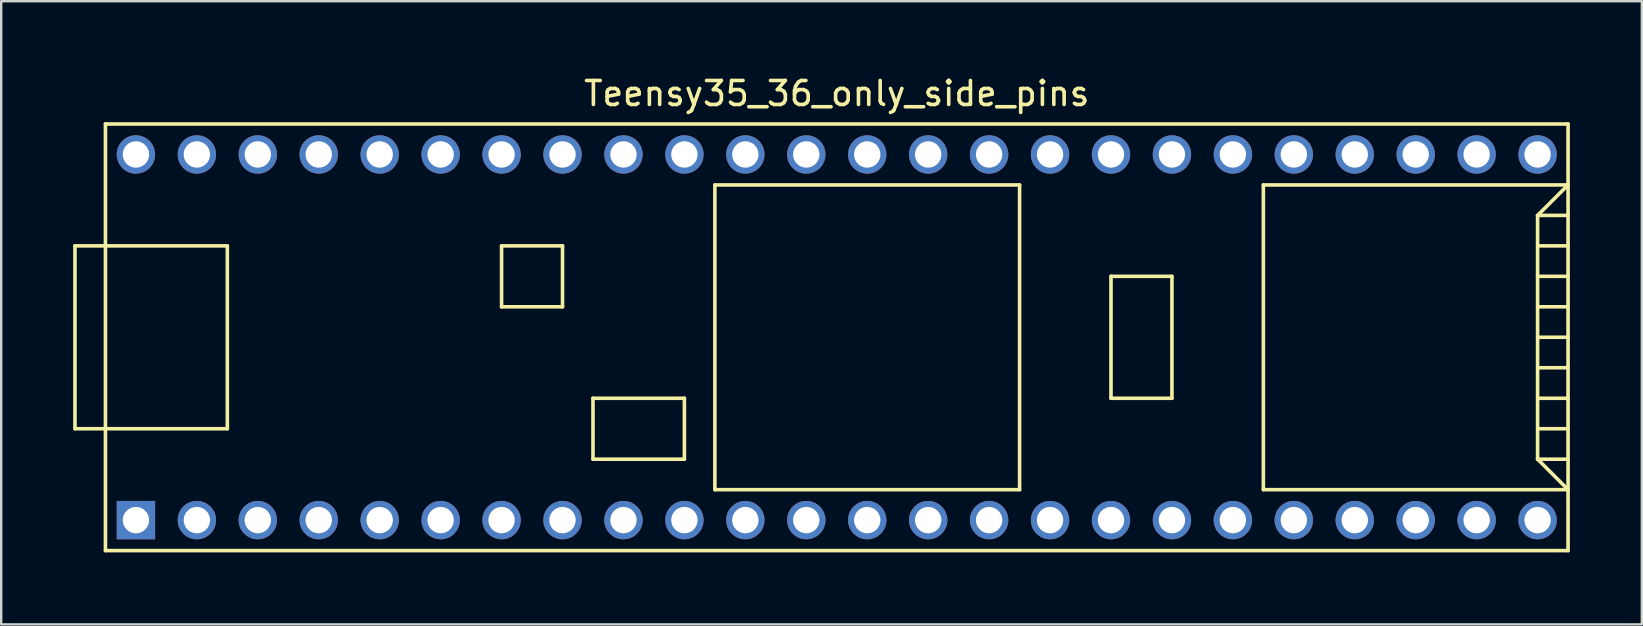
<source format=kicad_pcb>
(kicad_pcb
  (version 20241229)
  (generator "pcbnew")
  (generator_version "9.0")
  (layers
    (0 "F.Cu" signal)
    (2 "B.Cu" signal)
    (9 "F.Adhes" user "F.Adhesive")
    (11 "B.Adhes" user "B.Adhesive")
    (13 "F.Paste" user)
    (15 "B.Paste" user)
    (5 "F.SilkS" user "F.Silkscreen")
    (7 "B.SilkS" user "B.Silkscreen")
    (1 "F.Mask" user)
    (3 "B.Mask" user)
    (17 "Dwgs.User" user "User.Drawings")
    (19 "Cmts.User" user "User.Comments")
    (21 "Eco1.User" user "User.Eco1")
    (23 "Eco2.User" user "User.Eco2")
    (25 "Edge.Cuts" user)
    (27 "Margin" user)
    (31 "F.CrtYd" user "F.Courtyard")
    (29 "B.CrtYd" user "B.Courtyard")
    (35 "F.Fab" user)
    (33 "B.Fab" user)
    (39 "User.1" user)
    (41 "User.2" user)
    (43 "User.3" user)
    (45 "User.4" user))
  (footprint "Teensy35_36_only_side_pins"
    (layer "F.Cu")
    (at 31.825 11.008)
    (property "Reference" "Teensy35_36_only_side_pins" (at 0 -10.16 0) (layer "F.SilkS") (effects (font (size 1 1) (thickness 0.15))))
    (attr through_hole)
    (fp_line (start -31.75 -3.81) (end -30.48 -3.81) (stroke (width 0.15) (type solid)) (layer "F.SilkS"))
    (fp_line (start -31.75 3.81) (end -31.75 -3.81) (stroke (width 0.15) (type solid)) (layer "F.SilkS"))
    (fp_line (start -30.48 3.81) (end -31.75 3.81) (stroke (width 0.15) (type solid)) (layer "F.SilkS"))
    (fp_line (start -30.48 8.89) (end -30.48 -8.89) (stroke (width 0.15) (type solid)) (layer "F.SilkS"))
    (fp_line (start -30.48 8.89) (end 30.48 8.89) (stroke (width 0.15) (type solid)) (layer "F.SilkS"))
    (fp_line (start -25.4 -3.81) (end -30.48 -3.81) (stroke (width 0.15) (type solid)) (layer "F.SilkS"))
    (fp_line (start -25.4 3.81) (end -30.48 3.81) (stroke (width 0.15) (type solid)) (layer "F.SilkS"))
    (fp_line (start -25.4 3.81) (end -25.4 -3.81) (stroke (width 0.15) (type solid)) (layer "F.SilkS"))
    (fp_line (start -13.97 -3.81) (end -13.97 -1.27) (stroke (width 0.15) (type solid)) (layer "F.SilkS"))
    (fp_line (start -13.97 -1.27) (end -11.43 -1.27) (stroke (width 0.15) (type solid)) (layer "F.SilkS"))
    (fp_line (start -11.43 -3.81) (end -13.97 -3.81) (stroke (width 0.15) (type solid)) (layer "F.SilkS"))
    (fp_line (start -11.43 -1.27) (end -11.43 -3.81) (stroke (width 0.15) (type solid)) (layer "F.SilkS"))
    (fp_line (start -10.16 2.54) (end -6.35 2.54) (stroke (width 0.15) (type solid)) (layer "F.SilkS"))
    (fp_line (start -10.16 5.08) (end -10.16 2.54) (stroke (width 0.15) (type solid)) (layer "F.SilkS"))
    (fp_line (start -6.35 2.54) (end -6.35 5.08) (stroke (width 0.15) (type solid)) (layer "F.SilkS"))
    (fp_line (start -6.35 5.08) (end -10.16 5.08) (stroke (width 0.15) (type solid)) (layer "F.SilkS"))
    (fp_line (start -5.08 -6.35) (end -5.08 6.35) (stroke (width 0.15) (type solid)) (layer "F.SilkS"))
    (fp_line (start -5.08 -6.35) (end 7.62 -6.35) (stroke (width 0.15) (type solid)) (layer "F.SilkS"))
    (fp_line (start -5.08 6.35) (end 7.62 6.35) (stroke (width 0.15) (type solid)) (layer "F.SilkS"))
    (fp_line (start 7.62 6.35) (end 7.62 -6.35) (stroke (width 0.15) (type solid)) (layer "F.SilkS"))
    (fp_line (start 11.43 -2.54) (end 13.97 -2.54) (stroke (width 0.15) (type solid)) (layer "F.SilkS"))
    (fp_line (start 11.43 2.54) (end 11.43 -2.54) (stroke (width 0.15) (type solid)) (layer "F.SilkS"))
    (fp_line (start 13.97 -2.54) (end 13.97 2.54) (stroke (width 0.15) (type solid)) (layer "F.SilkS"))
    (fp_line (start 13.97 2.54) (end 11.43 2.54) (stroke (width 0.15) (type solid)) (layer "F.SilkS"))
    (fp_line (start 17.78 -6.35) (end 17.78 6.35) (stroke (width 0.15) (type solid)) (layer "F.SilkS"))
    (fp_line (start 17.78 6.35) (end 30.48 6.35) (stroke (width 0.15) (type solid)) (layer "F.SilkS"))
    (fp_line (start 29.21 -5.08) (end 30.48 -6.35) (stroke (width 0.15) (type solid)) (layer "F.SilkS"))
    (fp_line (start 29.21 -5.08) (end 30.48 -5.08) (stroke (width 0.15) (type solid)) (layer "F.SilkS"))
    (fp_line (start 29.21 -3.81) (end 30.48 -3.81) (stroke (width 0.15) (type solid)) (layer "F.SilkS"))
    (fp_line (start 29.21 -2.54) (end 30.48 -2.54) (stroke (width 0.15) (type solid)) (layer "F.SilkS"))
    (fp_line (start 29.21 -1.27) (end 30.48 -1.27) (stroke (width 0.15) (type solid)) (layer "F.SilkS"))
    (fp_line (start 29.21 0) (end 30.48 0) (stroke (width 0.15) (type solid)) (layer "F.SilkS"))
    (fp_line (start 29.21 1.27) (end 30.48 1.27) (stroke (width 0.15) (type solid)) (layer "F.SilkS"))
    (fp_line (start 29.21 2.54) (end 30.48 2.54) (stroke (width 0.15) (type solid)) (layer "F.SilkS"))
    (fp_line (start 29.21 3.81) (end 30.48 3.81) (stroke (width 0.15) (type solid)) (layer "F.SilkS"))
    (fp_line (start 29.21 5.08) (end 29.21 -5.08) (stroke (width 0.15) (type solid)) (layer "F.SilkS"))
    (fp_line (start 29.21 5.08) (end 30.48 5.08) (stroke (width 0.15) (type solid)) (layer "F.SilkS"))
    (fp_line (start 30.48 -8.89) (end -30.48 -8.89) (stroke (width 0.15) (type solid)) (layer "F.SilkS"))
    (fp_line (start 30.48 -8.89) (end 30.48 8.89) (stroke (width 0.15) (type solid)) (layer "F.SilkS"))
    (fp_line (start 30.48 -6.35) (end 17.78 -6.35) (stroke (width 0.15) (type solid)) (layer "F.SilkS"))
    (fp_line (start 30.48 6.35) (end 29.21 5.08) (stroke (width 0.15) (type solid)) (layer "F.SilkS"))
    (pad "1" thru_hole rect (at -29.21 7.62) (size 1.6 1.6) (drill 1.1) (layers "*.Cu" "*.Mask"))
    (pad "2" thru_hole circle (at -26.67 7.62) (size 1.6 1.6) (drill 1.1) (layers "*.Cu" "*.Mask"))
    (pad "3" thru_hole circle (at -24.13 7.62) (size 1.6 1.6) (drill 1.1) (layers "*.Cu" "*.Mask"))
    (pad "4" thru_hole circle (at -21.59 7.62) (size 1.6 1.6) (drill 1.1) (layers "*.Cu" "*.Mask"))
    (pad "5" thru_hole circle (at -19.05 7.62) (size 1.6 1.6) (drill 1.1) (layers "*.Cu" "*.Mask"))
    (pad "6" thru_hole circle (at -16.51 7.62) (size 1.6 1.6) (drill 1.1) (layers "*.Cu" "*.Mask"))
    (pad "7" thru_hole circle (at -13.97 7.62) (size 1.6 1.6) (drill 1.1) (layers "*.Cu" "*.Mask"))
    (pad "8" thru_hole circle (at -11.43 7.62) (size 1.6 1.6) (drill 1.1) (layers "*.Cu" "*.Mask"))
    (pad "9" thru_hole circle (at -8.89 7.62) (size 1.6 1.6) (drill 1.1) (layers "*.Cu" "*.Mask"))
    (pad "10" thru_hole circle (at -6.35 7.62) (size 1.6 1.6) (drill 1.1) (layers "*.Cu" "*.Mask"))
    (pad "11" thru_hole circle (at -3.81 7.62) (size 1.6 1.6) (drill 1.1) (layers "*.Cu" "*.Mask"))
    (pad "12" thru_hole circle (at -1.27 7.62) (size 1.6 1.6) (drill 1.1) (layers "*.Cu" "*.Mask"))
    (pad "13" thru_hole circle (at 1.27 7.62) (size 1.6 1.6) (drill 1.1) (layers "*.Cu" "*.Mask"))
    (pad "14" thru_hole circle (at 3.81 7.62) (size 1.6 1.6) (drill 1.1) (layers "*.Cu" "*.Mask"))
    (pad "15" thru_hole circle (at 6.35 7.62) (size 1.6 1.6) (drill 1.1) (layers "*.Cu" "*.Mask"))
    (pad "16" thru_hole circle (at 8.89 7.62) (size 1.6 1.6) (drill 1.1) (layers "*.Cu" "*.Mask"))
    (pad "17" thru_hole circle (at 11.43 7.62) (size 1.6 1.6) (drill 1.1) (layers "*.Cu" "*.Mask"))
    (pad "18" thru_hole circle (at 13.97 7.62) (size 1.6 1.6) (drill 1.1) (layers "*.Cu" "*.Mask"))
    (pad "19" thru_hole circle (at 16.51 7.62) (size 1.6 1.6) (drill 1.1) (layers "*.Cu" "*.Mask"))
    (pad "20" thru_hole circle (at 19.05 7.62) (size 1.6 1.6) (drill 1.1) (layers "*.Cu" "*.Mask"))
    (pad "21" thru_hole circle (at 21.59 7.62) (size 1.6 1.6) (drill 1.1) (layers "*.Cu" "*.Mask"))
    (pad "22" thru_hole circle (at 24.13 7.62) (size 1.6 1.6) (drill 1.1) (layers "*.Cu" "*.Mask"))
    (pad "23" thru_hole circle (at 26.67 7.62) (size 1.6 1.6) (drill 1.1) (layers "*.Cu" "*.Mask"))
    (pad "24" thru_hole circle (at 29.21 7.62) (size 1.6 1.6) (drill 1.1) (layers "*.Cu" "*.Mask"))
    (pad "30" thru_hole circle (at 29.21 -7.62) (size 1.6 1.6) (drill 1.1) (layers "*.Cu" "*.Mask"))
    (pad "31" thru_hole circle (at 26.67 -7.62) (size 1.6 1.6) (drill 1.1) (layers "*.Cu" "*.Mask"))
    (pad "32" thru_hole circle (at 24.13 -7.62) (size 1.6 1.6) (drill 1.1) (layers "*.Cu" "*.Mask"))
    (pad "33" thru_hole circle (at 21.59 -7.62) (size 1.6 1.6) (drill 1.1) (layers "*.Cu" "*.Mask"))
    (pad "34" thru_hole circle (at 19.05 -7.62) (size 1.6 1.6) (drill 1.1) (layers "*.Cu" "*.Mask"))
    (pad "35" thru_hole circle (at 16.51 -7.62) (size 1.6 1.6) (drill 1.1) (layers "*.Cu" "*.Mask"))
    (pad "36" thru_hole circle (at 13.97 -7.62) (size 1.6 1.6) (drill 1.1) (layers "*.Cu" "*.Mask"))
    (pad "37" thru_hole circle (at 11.43 -7.62) (size 1.6 1.6) (drill 1.1) (layers "*.Cu" "*.Mask"))
    (pad "38" thru_hole circle (at 8.89 -7.62) (size 1.6 1.6) (drill 1.1) (layers "*.Cu" "*.Mask"))
    (pad "39" thru_hole circle (at 6.35 -7.62) (size 1.6 1.6) (drill 1.1) (layers "*.Cu" "*.Mask"))
    (pad "40" thru_hole circle (at 3.81 -7.62) (size 1.6 1.6) (drill 1.1) (layers "*.Cu" "*.Mask"))
    (pad "41" thru_hole circle (at 1.27 -7.62) (size 1.6 1.6) (drill 1.1) (layers "*.Cu" "*.Mask"))
    (pad "42" thru_hole circle (at -1.27 -7.62) (size 1.6 1.6) (drill 1.1) (layers "*.Cu" "*.Mask"))
    (pad "43" thru_hole circle (at -3.81 -7.62) (size 1.6 1.6) (drill 1.1) (layers "*.Cu" "*.Mask"))
    (pad "44" thru_hole circle (at -6.35 -7.62) (size 1.6 1.6) (drill 1.1) (layers "*.Cu" "*.Mask"))
    (pad "45" thru_hole circle (at -8.89 -7.62) (size 1.6 1.6) (drill 1.1) (layers "*.Cu" "*.Mask"))
    (pad "46" thru_hole circle (at -11.43 -7.62) (size 1.6 1.6) (drill 1.1) (layers "*.Cu" "*.Mask"))
    (pad "47" thru_hole circle (at -13.97 -7.62) (size 1.6 1.6) (drill 1.1) (layers "*.Cu" "*.Mask"))
    (pad "48" thru_hole circle (at -16.51 -7.62) (size 1.6 1.6) (drill 1.1) (layers "*.Cu" "*.Mask"))
    (pad "49" thru_hole circle (at -19.05 -7.62) (size 1.6 1.6) (drill 1.1) (layers "*.Cu" "*.Mask"))
    (pad "50" thru_hole circle (at -21.59 -7.62) (size 1.6 1.6) (drill 1.1) (layers "*.Cu" "*.Mask"))
    (pad "51" thru_hole circle (at -24.13 -7.62) (size 1.6 1.6) (drill 1.1) (layers "*.Cu" "*.Mask"))
    (pad "52" thru_hole circle (at -26.67 -7.62) (size 1.6 1.6) (drill 1.1) (layers "*.Cu" "*.Mask"))
    (pad "53" thru_hole circle (at -29.21 -7.62) (size 1.6 1.6) (drill 1.1) (layers "*.Cu" "*.Mask")))
  (gr_rect
    (start -3 -3)
    (end 65.38 22.973)
    (stroke (width 0.1) (type default))
    (fill no)
    (layer "Edge.Cuts")))
</source>
